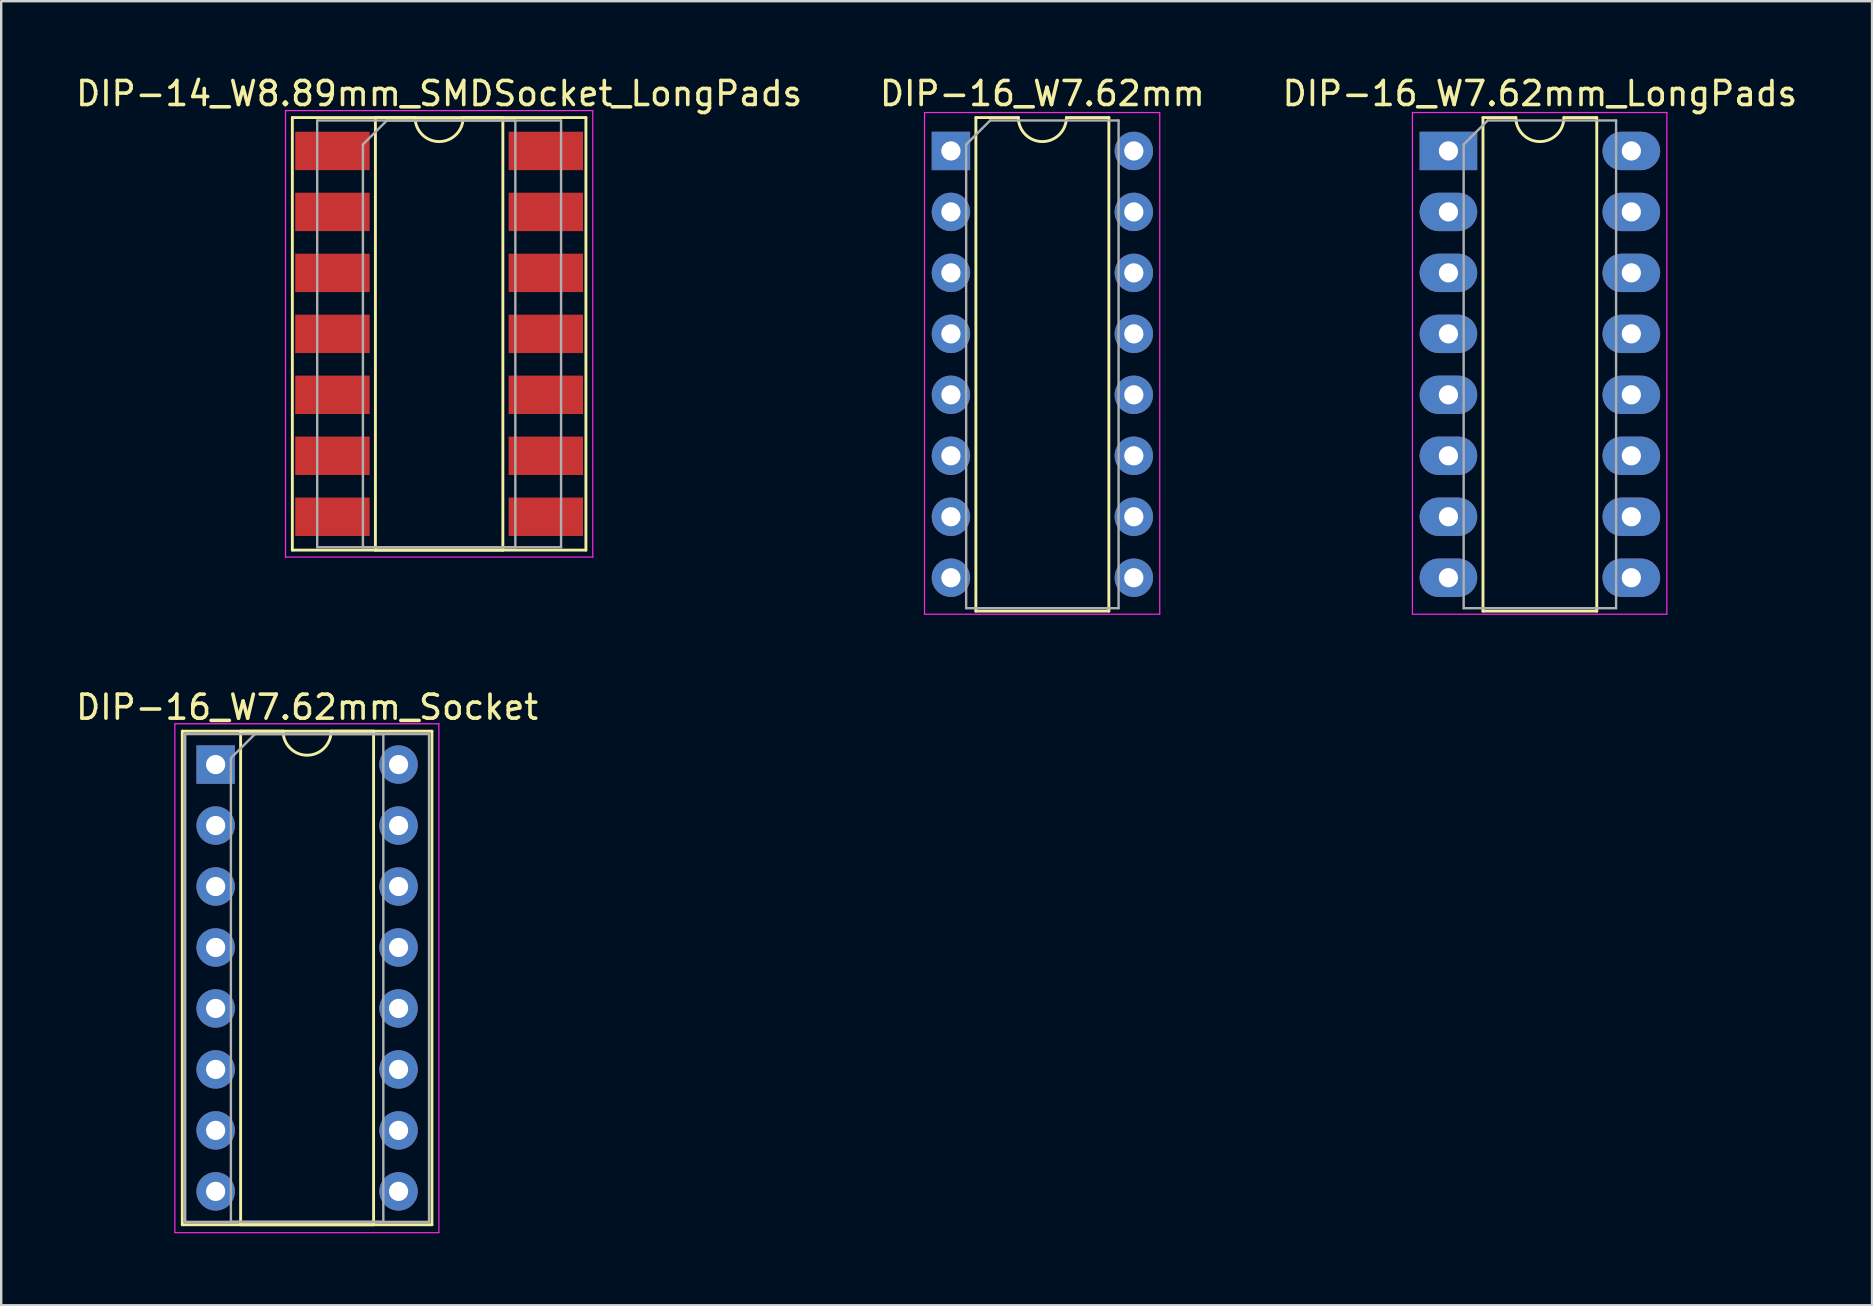
<source format=kicad_pcb>
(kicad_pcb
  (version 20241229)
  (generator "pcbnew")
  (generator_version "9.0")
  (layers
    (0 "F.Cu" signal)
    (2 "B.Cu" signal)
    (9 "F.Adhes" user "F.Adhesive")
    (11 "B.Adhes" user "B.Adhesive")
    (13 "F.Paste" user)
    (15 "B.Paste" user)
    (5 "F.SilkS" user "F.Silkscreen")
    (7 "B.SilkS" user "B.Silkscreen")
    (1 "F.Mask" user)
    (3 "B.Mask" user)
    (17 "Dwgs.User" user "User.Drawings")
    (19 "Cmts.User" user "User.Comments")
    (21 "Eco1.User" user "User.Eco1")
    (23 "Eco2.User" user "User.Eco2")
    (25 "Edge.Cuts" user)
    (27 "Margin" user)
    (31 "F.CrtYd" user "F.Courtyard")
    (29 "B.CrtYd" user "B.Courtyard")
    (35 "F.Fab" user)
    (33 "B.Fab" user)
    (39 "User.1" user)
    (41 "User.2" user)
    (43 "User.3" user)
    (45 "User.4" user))
  (footprint "DIP-14_W8.89mm_SMDSocket_LongPads"
    (layer "F.Cu")
    (at 15.244 10.858)
    (property "Reference" "DIP-14_W8.89mm_SMDSocket_LongPads" (at 0 -10.01 0) (layer "F.SilkS") (effects (font (size 1 1) (thickness 0.15))))
    (attr smd)
    (fp_line (start -6.115 -9.01) (end -6.115 9.01) (stroke (width 0.12) (type solid)) (layer "F.SilkS"))
    (fp_line (start -6.115 9.01) (end 6.115 9.01) (stroke (width 0.12) (type solid)) (layer "F.SilkS"))
    (fp_line (start -2.655 -9.01) (end -2.655 9.01) (stroke (width 0.12) (type solid)) (layer "F.SilkS"))
    (fp_line (start -2.655 9.01) (end 2.655 9.01) (stroke (width 0.12) (type solid)) (layer "F.SilkS"))
    (fp_line (start -1 -9.01) (end -2.655 -9.01) (stroke (width 0.12) (type solid)) (layer "F.SilkS"))
    (fp_line (start 2.655 -9.01) (end 1 -9.01) (stroke (width 0.12) (type solid)) (layer "F.SilkS"))
    (fp_line (start 2.655 9.01) (end 2.655 -9.01) (stroke (width 0.12) (type solid)) (layer "F.SilkS"))
    (fp_line (start 6.115 -9.01) (end -6.115 -9.01) (stroke (width 0.12) (type solid)) (layer "F.SilkS"))
    (fp_line (start 6.115 9.01) (end 6.115 -9.01) (stroke (width 0.12) (type solid)) (layer "F.SilkS"))
    (fp_arc (start 1 -9.01) (mid 0 -8.01) (end -1 -9.01) (stroke (width 0.12) (type solid)) (layer "F.SilkS"))
    (fp_line (start -6.4 -9.3) (end -6.4 9.3) (stroke (width 0.05) (type solid)) (layer "F.CrtYd"))
    (fp_line (start -6.4 9.3) (end 6.4 9.3) (stroke (width 0.05) (type solid)) (layer "F.CrtYd"))
    (fp_line (start 6.4 -9.3) (end -6.4 -9.3) (stroke (width 0.05) (type solid)) (layer "F.CrtYd"))
    (fp_line (start 6.4 9.3) (end 6.4 -9.3) (stroke (width 0.05) (type solid)) (layer "F.CrtYd"))
    (fp_line (start -5.08 -8.89) (end -5.08 8.89) (stroke (width 0.1) (type solid)) (layer "F.Fab"))
    (fp_line (start -5.08 8.89) (end 5.08 8.89) (stroke (width 0.1) (type solid)) (layer "F.Fab"))
    (fp_line (start -3.175 -7.89) (end -2.175 -8.89) (stroke (width 0.1) (type solid)) (layer "F.Fab"))
    (fp_line (start -3.175 8.89) (end -3.175 -7.89) (stroke (width 0.1) (type solid)) (layer "F.Fab"))
    (fp_line (start -2.175 -8.89) (end 3.175 -8.89) (stroke (width 0.1) (type solid)) (layer "F.Fab"))
    (fp_line (start 3.175 -8.89) (end 3.175 8.89) (stroke (width 0.1) (type solid)) (layer "F.Fab"))
    (fp_line (start 3.175 8.89) (end -3.175 8.89) (stroke (width 0.1) (type solid)) (layer "F.Fab"))
    (fp_line (start 5.08 -8.89) (end -5.08 -8.89) (stroke (width 0.1) (type solid)) (layer "F.Fab"))
    (fp_line (start 5.08 8.89) (end 5.08 -8.89) (stroke (width 0.1) (type solid)) (layer "F.Fab"))
    (pad "1" smd rect (at -4.445 -7.62) (size 3.1 1.6) (layers "F.Cu" "F.Mask"))
    (pad "2" smd rect (at -4.445 -5.08) (size 3.1 1.6) (layers "F.Cu" "F.Mask"))
    (pad "3" smd rect (at -4.445 -2.54) (size 3.1 1.6) (layers "F.Cu" "F.Mask"))
    (pad "4" smd rect (at -4.445 0) (size 3.1 1.6) (layers "F.Cu" "F.Mask"))
    (pad "5" smd rect (at -4.445 2.54) (size 3.1 1.6) (layers "F.Cu" "F.Mask"))
    (pad "6" smd rect (at -4.445 5.08) (size 3.1 1.6) (layers "F.Cu" "F.Mask"))
    (pad "7" smd rect (at -4.445 7.62) (size 3.1 1.6) (layers "F.Cu" "F.Mask"))
    (pad "8" smd rect (at 4.445 7.62) (size 3.1 1.6) (layers "F.Cu" "F.Mask"))
    (pad "9" smd rect (at 4.445 5.08) (size 3.1 1.6) (layers "F.Cu" "F.Mask"))
    (pad "10" smd rect (at 4.445 2.54) (size 3.1 1.6) (layers "F.Cu" "F.Mask"))
    (pad "11" smd rect (at 4.445 0) (size 3.1 1.6) (layers "F.Cu" "F.Mask"))
    (pad "12" smd rect (at 4.445 -2.54) (size 3.1 1.6) (layers "F.Cu" "F.Mask"))
    (pad "13" smd rect (at 4.445 -5.08) (size 3.1 1.6) (layers "F.Cu" "F.Mask"))
    (pad "14" smd rect (at 4.445 -7.62) (size 3.1 1.6) (layers "F.Cu" "F.Mask")))
  (footprint "DIP-16_W7.62mm_LongPads"
    (layer "F.Cu")
    (at 57.291 3.238)
    (property "Reference" "DIP-16_W7.62mm_LongPads" (at 3.81 -2.39 0) (layer "F.SilkS") (effects (font (size 1 1) (thickness 0.15))))
    (attr through_hole)
    (fp_line (start 1.44 -1.39) (end 1.44 19.17) (stroke (width 0.12) (type solid)) (layer "F.SilkS"))
    (fp_line (start 1.44 19.17) (end 6.18 19.17) (stroke (width 0.12) (type solid)) (layer "F.SilkS"))
    (fp_line (start 2.81 -1.39) (end 1.44 -1.39) (stroke (width 0.12) (type solid)) (layer "F.SilkS"))
    (fp_line (start 6.18 -1.39) (end 4.81 -1.39) (stroke (width 0.12) (type solid)) (layer "F.SilkS"))
    (fp_line (start 6.18 19.17) (end 6.18 -1.39) (stroke (width 0.12) (type solid)) (layer "F.SilkS"))
    (fp_arc (start 4.81 -1.39) (mid 3.81 -0.39) (end 2.81 -1.39) (stroke (width 0.12) (type solid)) (layer "F.SilkS"))
    (fp_line (start -1.5 -1.6) (end -1.5 19.3) (stroke (width 0.05) (type solid)) (layer "F.CrtYd"))
    (fp_line (start -1.5 19.3) (end 9.1 19.3) (stroke (width 0.05) (type solid)) (layer "F.CrtYd"))
    (fp_line (start 9.1 -1.6) (end -1.5 -1.6) (stroke (width 0.05) (type solid)) (layer "F.CrtYd"))
    (fp_line (start 9.1 19.3) (end 9.1 -1.6) (stroke (width 0.05) (type solid)) (layer "F.CrtYd"))
    (fp_line (start 0.635 -0.27) (end 1.635 -1.27) (stroke (width 0.1) (type solid)) (layer "F.Fab"))
    (fp_line (start 0.635 19.05) (end 0.635 -0.27) (stroke (width 0.1) (type solid)) (layer "F.Fab"))
    (fp_line (start 1.635 -1.27) (end 6.985 -1.27) (stroke (width 0.1) (type solid)) (layer "F.Fab"))
    (fp_line (start 6.985 -1.27) (end 6.985 19.05) (stroke (width 0.1) (type solid)) (layer "F.Fab"))
    (fp_line (start 6.985 19.05) (end 0.635 19.05) (stroke (width 0.1) (type solid)) (layer "F.Fab"))
    (pad "1" thru_hole rect (at 0 0) (size 2.4 1.6) (drill 0.8) (layers "*.Cu" "*.Mask"))
    (pad "2" thru_hole oval (at 0 2.54) (size 2.4 1.6) (drill 0.8) (layers "*.Cu" "*.Mask"))
    (pad "3" thru_hole oval (at 0 5.08) (size 2.4 1.6) (drill 0.8) (layers "*.Cu" "*.Mask"))
    (pad "4" thru_hole oval (at 0 7.62) (size 2.4 1.6) (drill 0.8) (layers "*.Cu" "*.Mask"))
    (pad "5" thru_hole oval (at 0 10.16) (size 2.4 1.6) (drill 0.8) (layers "*.Cu" "*.Mask"))
    (pad "6" thru_hole oval (at 0 12.7) (size 2.4 1.6) (drill 0.8) (layers "*.Cu" "*.Mask"))
    (pad "7" thru_hole oval (at 0 15.24) (size 2.4 1.6) (drill 0.8) (layers "*.Cu" "*.Mask"))
    (pad "8" thru_hole oval (at 0 17.78) (size 2.4 1.6) (drill 0.8) (layers "*.Cu" "*.Mask"))
    (pad "9" thru_hole oval (at 7.62 17.78) (size 2.4 1.6) (drill 0.8) (layers "*.Cu" "*.Mask"))
    (pad "10" thru_hole oval (at 7.62 15.24) (size 2.4 1.6) (drill 0.8) (layers "*.Cu" "*.Mask"))
    (pad "11" thru_hole oval (at 7.62 12.7) (size 2.4 1.6) (drill 0.8) (layers "*.Cu" "*.Mask"))
    (pad "12" thru_hole oval (at 7.62 10.16) (size 2.4 1.6) (drill 0.8) (layers "*.Cu" "*.Mask"))
    (pad "13" thru_hole oval (at 7.62 7.62) (size 2.4 1.6) (drill 0.8) (layers "*.Cu" "*.Mask"))
    (pad "14" thru_hole oval (at 7.62 5.08) (size 2.4 1.6) (drill 0.8) (layers "*.Cu" "*.Mask"))
    (pad "15" thru_hole oval (at 7.62 2.54) (size 2.4 1.6) (drill 0.8) (layers "*.Cu" "*.Mask"))
    (pad "16" thru_hole oval (at 7.62 0) (size 2.4 1.6) (drill 0.8) (layers "*.Cu" "*.Mask")))
  (footprint "DIP-16_W7.62mm_Socket"
    (layer "F.Cu")
    (at 5.934 28.802)
    (property "Reference" "DIP-16_W7.62mm_Socket" (at 3.81 -2.39 0) (layer "F.SilkS") (effects (font (size 1 1) (thickness 0.15))))
    (attr through_hole)
    (fp_line (start -1.39 -1.39) (end -1.39 19.17) (stroke (width 0.12) (type solid)) (layer "F.SilkS"))
    (fp_line (start -1.39 19.17) (end 9.01 19.17) (stroke (width 0.12) (type solid)) (layer "F.SilkS"))
    (fp_line (start 1.04 -1.39) (end 1.04 19.17) (stroke (width 0.12) (type solid)) (layer "F.SilkS"))
    (fp_line (start 1.04 19.17) (end 6.58 19.17) (stroke (width 0.12) (type solid)) (layer "F.SilkS"))
    (fp_line (start 2.81 -1.39) (end 1.04 -1.39) (stroke (width 0.12) (type solid)) (layer "F.SilkS"))
    (fp_line (start 6.58 -1.39) (end 4.81 -1.39) (stroke (width 0.12) (type solid)) (layer "F.SilkS"))
    (fp_line (start 6.58 19.17) (end 6.58 -1.39) (stroke (width 0.12) (type solid)) (layer "F.SilkS"))
    (fp_line (start 9.01 -1.39) (end -1.39 -1.39) (stroke (width 0.12) (type solid)) (layer "F.SilkS"))
    (fp_line (start 9.01 19.17) (end 9.01 -1.39) (stroke (width 0.12) (type solid)) (layer "F.SilkS"))
    (fp_arc (start 4.81 -1.39) (mid 3.81 -0.39) (end 2.81 -1.39) (stroke (width 0.12) (type solid)) (layer "F.SilkS"))
    (fp_line (start -1.7 -1.7) (end -1.7 19.5) (stroke (width 0.05) (type solid)) (layer "F.CrtYd"))
    (fp_line (start -1.7 19.5) (end 9.3 19.5) (stroke (width 0.05) (type solid)) (layer "F.CrtYd"))
    (fp_line (start 9.3 -1.7) (end -1.7 -1.7) (stroke (width 0.05) (type solid)) (layer "F.CrtYd"))
    (fp_line (start 9.3 19.5) (end 9.3 -1.7) (stroke (width 0.05) (type solid)) (layer "F.CrtYd"))
    (fp_line (start -1.27 -1.27) (end -1.27 19.05) (stroke (width 0.1) (type solid)) (layer "F.Fab"))
    (fp_line (start -1.27 19.05) (end 8.89 19.05) (stroke (width 0.1) (type solid)) (layer "F.Fab"))
    (fp_line (start 0.635 -0.27) (end 1.635 -1.27) (stroke (width 0.1) (type solid)) (layer "F.Fab"))
    (fp_line (start 0.635 19.05) (end 0.635 -0.27) (stroke (width 0.1) (type solid)) (layer "F.Fab"))
    (fp_line (start 1.635 -1.27) (end 6.985 -1.27) (stroke (width 0.1) (type solid)) (layer "F.Fab"))
    (fp_line (start 6.985 -1.27) (end 6.985 19.05) (stroke (width 0.1) (type solid)) (layer "F.Fab"))
    (fp_line (start 6.985 19.05) (end 0.635 19.05) (stroke (width 0.1) (type solid)) (layer "F.Fab"))
    (fp_line (start 8.89 -1.27) (end -1.27 -1.27) (stroke (width 0.1) (type solid)) (layer "F.Fab"))
    (fp_line (start 8.89 19.05) (end 8.89 -1.27) (stroke (width 0.1) (type solid)) (layer "F.Fab"))
    (pad "1" thru_hole rect (at 0 0) (size 1.6 1.6) (drill 0.8) (layers "*.Cu" "*.Mask"))
    (pad "2" thru_hole oval (at 0 2.54) (size 1.6 1.6) (drill 0.8) (layers "*.Cu" "*.Mask"))
    (pad "3" thru_hole oval (at 0 5.08) (size 1.6 1.6) (drill 0.8) (layers "*.Cu" "*.Mask"))
    (pad "4" thru_hole oval (at 0 7.62) (size 1.6 1.6) (drill 0.8) (layers "*.Cu" "*.Mask"))
    (pad "5" thru_hole oval (at 0 10.16) (size 1.6 1.6) (drill 0.8) (layers "*.Cu" "*.Mask"))
    (pad "6" thru_hole oval (at 0 12.7) (size 1.6 1.6) (drill 0.8) (layers "*.Cu" "*.Mask"))
    (pad "7" thru_hole oval (at 0 15.24) (size 1.6 1.6) (drill 0.8) (layers "*.Cu" "*.Mask"))
    (pad "8" thru_hole oval (at 0 17.78) (size 1.6 1.6) (drill 0.8) (layers "*.Cu" "*.Mask"))
    (pad "9" thru_hole oval (at 7.62 17.78) (size 1.6 1.6) (drill 0.8) (layers "*.Cu" "*.Mask"))
    (pad "10" thru_hole oval (at 7.62 15.24) (size 1.6 1.6) (drill 0.8) (layers "*.Cu" "*.Mask"))
    (pad "11" thru_hole oval (at 7.62 12.7) (size 1.6 1.6) (drill 0.8) (layers "*.Cu" "*.Mask"))
    (pad "12" thru_hole oval (at 7.62 10.16) (size 1.6 1.6) (drill 0.8) (layers "*.Cu" "*.Mask"))
    (pad "13" thru_hole oval (at 7.62 7.62) (size 1.6 1.6) (drill 0.8) (layers "*.Cu" "*.Mask"))
    (pad "14" thru_hole oval (at 7.62 5.08) (size 1.6 1.6) (drill 0.8) (layers "*.Cu" "*.Mask"))
    (pad "15" thru_hole oval (at 7.62 2.54) (size 1.6 1.6) (drill 0.8) (layers "*.Cu" "*.Mask"))
    (pad "16" thru_hole oval (at 7.62 0) (size 1.6 1.6) (drill 0.8) (layers "*.Cu" "*.Mask")))
  (footprint "DIP-16_W7.62mm"
    (layer "F.Cu")
    (at 36.565 3.238)
    (property "Reference" "DIP-16_W7.62mm" (at 3.81 -2.39 0) (layer "F.SilkS") (effects (font (size 1 1) (thickness 0.15))))
    (attr through_hole)
    (fp_line (start 1.04 -1.39) (end 1.04 19.17) (stroke (width 0.12) (type solid)) (layer "F.SilkS"))
    (fp_line (start 1.04 19.17) (end 6.58 19.17) (stroke (width 0.12) (type solid)) (layer "F.SilkS"))
    (fp_line (start 2.81 -1.39) (end 1.04 -1.39) (stroke (width 0.12) (type solid)) (layer "F.SilkS"))
    (fp_line (start 6.58 -1.39) (end 4.81 -1.39) (stroke (width 0.12) (type solid)) (layer "F.SilkS"))
    (fp_line (start 6.58 19.17) (end 6.58 -1.39) (stroke (width 0.12) (type solid)) (layer "F.SilkS"))
    (fp_arc (start 4.81 -1.39) (mid 3.81 -0.39) (end 2.81 -1.39) (stroke (width 0.12) (type solid)) (layer "F.SilkS"))
    (fp_line (start -1.1 -1.6) (end -1.1 19.3) (stroke (width 0.05) (type solid)) (layer "F.CrtYd"))
    (fp_line (start -1.1 19.3) (end 8.7 19.3) (stroke (width 0.05) (type solid)) (layer "F.CrtYd"))
    (fp_line (start 8.7 -1.6) (end -1.1 -1.6) (stroke (width 0.05) (type solid)) (layer "F.CrtYd"))
    (fp_line (start 8.7 19.3) (end 8.7 -1.6) (stroke (width 0.05) (type solid)) (layer "F.CrtYd"))
    (fp_line (start 0.635 -0.27) (end 1.635 -1.27) (stroke (width 0.1) (type solid)) (layer "F.Fab"))
    (fp_line (start 0.635 19.05) (end 0.635 -0.27) (stroke (width 0.1) (type solid)) (layer "F.Fab"))
    (fp_line (start 1.635 -1.27) (end 6.985 -1.27) (stroke (width 0.1) (type solid)) (layer "F.Fab"))
    (fp_line (start 6.985 -1.27) (end 6.985 19.05) (stroke (width 0.1) (type solid)) (layer "F.Fab"))
    (fp_line (start 6.985 19.05) (end 0.635 19.05) (stroke (width 0.1) (type solid)) (layer "F.Fab"))
    (pad "1" thru_hole rect (at 0 0) (size 1.6 1.6) (drill 0.8) (layers "*.Cu" "*.Mask"))
    (pad "2" thru_hole oval (at 0 2.54) (size 1.6 1.6) (drill 0.8) (layers "*.Cu" "*.Mask"))
    (pad "3" thru_hole oval (at 0 5.08) (size 1.6 1.6) (drill 0.8) (layers "*.Cu" "*.Mask"))
    (pad "4" thru_hole oval (at 0 7.62) (size 1.6 1.6) (drill 0.8) (layers "*.Cu" "*.Mask"))
    (pad "5" thru_hole oval (at 0 10.16) (size 1.6 1.6) (drill 0.8) (layers "*.Cu" "*.Mask"))
    (pad "6" thru_hole oval (at 0 12.7) (size 1.6 1.6) (drill 0.8) (layers "*.Cu" "*.Mask"))
    (pad "7" thru_hole oval (at 0 15.24) (size 1.6 1.6) (drill 0.8) (layers "*.Cu" "*.Mask"))
    (pad "8" thru_hole oval (at 0 17.78) (size 1.6 1.6) (drill 0.8) (layers "*.Cu" "*.Mask"))
    (pad "9" thru_hole oval (at 7.62 17.78) (size 1.6 1.6) (drill 0.8) (layers "*.Cu" "*.Mask"))
    (pad "10" thru_hole oval (at 7.62 15.24) (size 1.6 1.6) (drill 0.8) (layers "*.Cu" "*.Mask"))
    (pad "11" thru_hole oval (at 7.62 12.7) (size 1.6 1.6) (drill 0.8) (layers "*.Cu" "*.Mask"))
    (pad "12" thru_hole oval (at 7.62 10.16) (size 1.6 1.6) (drill 0.8) (layers "*.Cu" "*.Mask"))
    (pad "13" thru_hole oval (at 7.62 7.62) (size 1.6 1.6) (drill 0.8) (layers "*.Cu" "*.Mask"))
    (pad "14" thru_hole oval (at 7.62 5.08) (size 1.6 1.6) (drill 0.8) (layers "*.Cu" "*.Mask"))
    (pad "15" thru_hole oval (at 7.62 2.54) (size 1.6 1.6) (drill 0.8) (layers "*.Cu" "*.Mask"))
    (pad "16" thru_hole oval (at 7.62 0) (size 1.6 1.6) (drill 0.8) (layers "*.Cu" "*.Mask")))
  (gr_rect
    (start -3 -3)
    (end 74.94 51.327)
    (stroke (width 0.1) (type default))
    (fill no)
    (layer "Edge.Cuts")))
</source>
